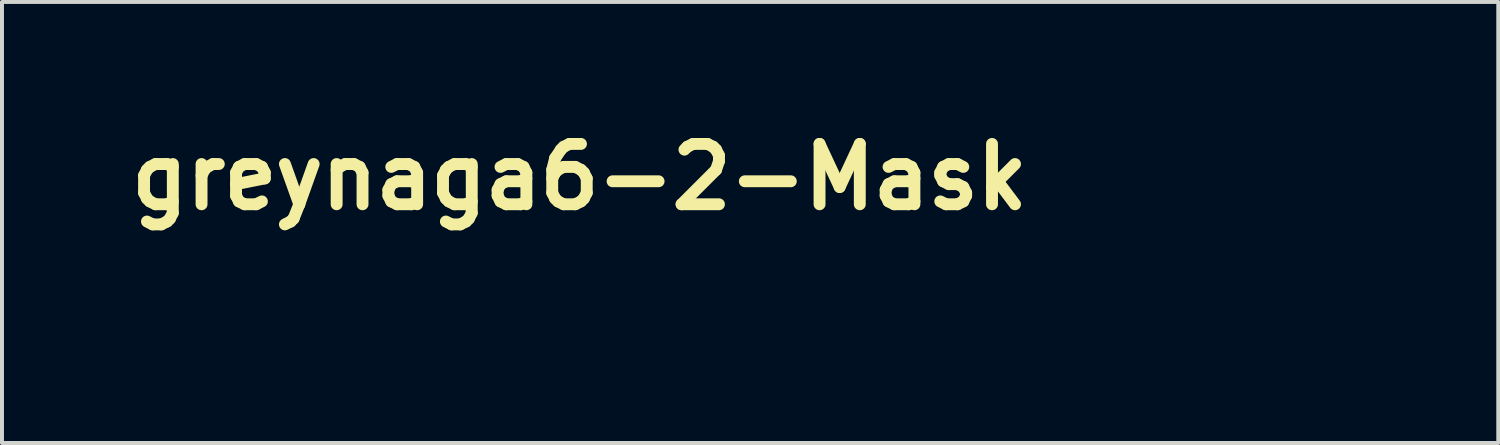
<source format=kicad_pcb>
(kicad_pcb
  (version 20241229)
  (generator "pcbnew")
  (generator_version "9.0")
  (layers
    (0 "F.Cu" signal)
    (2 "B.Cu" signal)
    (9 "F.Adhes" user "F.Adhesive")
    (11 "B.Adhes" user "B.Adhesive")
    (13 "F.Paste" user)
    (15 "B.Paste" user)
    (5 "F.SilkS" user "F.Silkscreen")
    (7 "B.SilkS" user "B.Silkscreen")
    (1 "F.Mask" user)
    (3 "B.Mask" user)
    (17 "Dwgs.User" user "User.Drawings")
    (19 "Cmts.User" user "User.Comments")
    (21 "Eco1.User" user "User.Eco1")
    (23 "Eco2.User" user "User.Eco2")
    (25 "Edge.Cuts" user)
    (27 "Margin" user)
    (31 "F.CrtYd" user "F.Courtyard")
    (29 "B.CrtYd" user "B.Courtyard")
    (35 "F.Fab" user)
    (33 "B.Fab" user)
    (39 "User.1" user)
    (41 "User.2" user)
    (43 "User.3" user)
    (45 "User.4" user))
  (footprint "greynaga6-2-Mask"
    (layer "F.Cu")
    (at 28.082 4.368)
    (property "Reference" "greynaga6-2-Mask" (at -16.5 -2.95 0) (layer "F.SilkS") (effects (font (size 1.524 1.524) (thickness 0.3))))
    (attr through_hole)
    (fp_poly (pts (xy -1.409 -0.258) (xy -1.362 -0.252) (xy -1.317 -0.242) (xy -1.274 -0.227) (xy -1.236 -0.209) (xy -1.232 -0.206) (xy -1.193 -0.181) (xy -1.158 -0.151) (xy -1.127 -0.119) (xy -1.1 -0.084) (xy -1.079 -0.048) (xy -1.071 -0.032) (xy -1.06 -0.0002) (xy -1.051 0.032) (xy -1.045 0.067) (xy -1.042 0.106) (xy -1.041 0.142) (xy -1.041 0.181) (xy -1.361 0.181) (xy -1.413 0.181) (xy -1.459 0.181) (xy -1.5 0.181) (xy -1.535 0.181) (xy -1.565 0.181) (xy -1.591 0.181) (xy -1.613 0.181) (xy -1.63 0.182) (xy -1.645 0.182) (xy -1.656 0.182) (xy -1.664 0.183) (xy -1.67 0.183) (xy -1.675 0.184) (xy -1.677 0.184) (xy -1.678 0.185) (xy -1.678 0.186) (xy -1.678 0.187) (xy -1.671 0.2) (xy -1.661 0.216) (xy -1.649 0.232) (xy -1.636 0.246) (xy -1.611 0.267) (xy -1.581 0.284) (xy -1.546 0.298) (xy -1.507 0.307) (xy -1.464 0.313) (xy -1.418 0.314) (xy -1.369 0.311) (xy -1.356 0.31) (xy -1.335 0.307) (xy -1.315 0.304) (xy -1.294 0.3) (xy -1.271 0.296) (xy -1.245 0.29) (xy -1.215 0.282) (xy -1.203 0.279) (xy -1.174 0.272) (xy -1.149 0.268) (xy -1.129 0.265) (xy -1.113 0.264) (xy -1.099 0.266) (xy -1.088 0.269) (xy -1.078 0.275) (xy -1.069 0.282) (xy -1.055 0.297) (xy -1.047 0.314) (xy -1.043 0.334) (xy -1.043 0.34) (xy -1.043 0.353) (xy -1.045 0.361) (xy -1.049 0.369) (xy -1.053 0.375) (xy -1.063 0.388) (xy -1.077 0.399) (xy -1.095 0.41) (xy -1.117 0.42) (xy -1.144 0.43) (xy -1.176 0.441) (xy -1.184 0.443) (xy -1.223 0.453) (xy -1.267 0.461) (xy -1.314 0.467) (xy -1.341 0.47) (xy -1.356 0.471) (xy -1.376 0.472) (xy -1.398 0.472) (xy -1.422 0.472) (xy -1.445 0.473) (xy -1.467 0.472) (xy -1.486 0.472) (xy -1.501 0.471) (xy -1.508 0.471) (xy -1.516 0.47) (xy -1.528 0.468) (xy -1.543 0.465) (xy -1.55 0.464) (xy -1.599 0.451) (xy -1.645 0.434) (xy -1.687 0.411) (xy -1.725 0.383) (xy -1.756 0.356) (xy -1.786 0.322) (xy -1.811 0.287) (xy -1.83 0.249) (xy -1.843 0.209) (xy -1.852 0.165) (xy -1.854 0.144) (xy -1.855 0.095) (xy -1.851 0.048) (xy -1.849 0.038) (xy -1.676 0.038) (xy -1.222 0.038) (xy -1.224 0.029) (xy -1.229 0.017) (xy -1.237 0.002) (xy -1.249 -0.014) (xy -1.261 -0.029) (xy -1.264 -0.031) (xy -1.283 -0.047) (xy -1.305 -0.062) (xy -1.329 -0.075) (xy -1.348 -0.083) (xy -1.384 -0.093) (xy -1.423 -0.098) (xy -1.462 -0.098) (xy -1.502 -0.094) (xy -1.539 -0.086) (xy -1.555 -0.081) (xy -1.584 -0.067) (xy -1.611 -0.05) (xy -1.634 -0.03) (xy -1.653 -0.008) (xy -1.667 0.015) (xy -1.672 0.026) (xy -1.676 0.038) (xy -1.849 0.038) (xy -1.84 0.003) (xy -1.824 -0.04) (xy -1.803 -0.079) (xy -1.775 -0.116) (xy -1.742 -0.15) (xy -1.734 -0.158) (xy -1.7 -0.184) (xy -1.667 -0.205) (xy -1.632 -0.223) (xy -1.596 -0.237) (xy -1.551 -0.249) (xy -1.505 -0.256) (xy -1.457 -0.259) (xy -1.409 -0.258)) (stroke (width 0.01) (type solid)) (fill yes) (layer "F.Mask"))
    (fp_poly (pts (xy 3.295 -0.258) (xy 3.342 -0.252) (xy 3.385 -0.243) (xy 3.402 -0.238) (xy 3.436 -0.224) (xy 3.467 -0.206) (xy 3.495 -0.185) (xy 3.518 -0.162) (xy 3.536 -0.136) (xy 3.541 -0.126) (xy 3.546 -0.117) (xy 3.549 -0.109) (xy 3.552 -0.101) (xy 3.555 -0.092) (xy 3.557 -0.082) (xy 3.559 -0.071) (xy 3.56 -0.058) (xy 3.561 -0.041) (xy 3.561 -0.022) (xy 3.562 0.002) (xy 3.562 0.029) (xy 3.562 0.062) (xy 3.562 0.101) (xy 3.562 0.115) (xy 3.562 0.288) (xy 3.595 0.29) (xy 3.622 0.293) (xy 3.644 0.298) (xy 3.661 0.306) (xy 3.674 0.317) (xy 3.684 0.331) (xy 3.688 0.34) (xy 3.69 0.35) (xy 3.691 0.363) (xy 3.691 0.37) (xy 3.691 0.384) (xy 3.689 0.393) (xy 3.687 0.401) (xy 3.683 0.409) (xy 3.681 0.411) (xy 3.673 0.423) (xy 3.663 0.431) (xy 3.653 0.437) (xy 3.634 0.446) (xy 3.517 0.447) (xy 3.4 0.448) (xy 3.4 0.416) (xy 3.382 0.424) (xy 3.356 0.435) (xy 3.325 0.446) (xy 3.294 0.455) (xy 3.264 0.463) (xy 3.243 0.466) (xy 3.219 0.469) (xy 3.192 0.471) (xy 3.164 0.472) (xy 3.136 0.472) (xy 3.111 0.472) (xy 3.088 0.47) (xy 3.073 0.468) (xy 3.033 0.458) (xy 2.996 0.444) (xy 2.962 0.426) (xy 2.932 0.405) (xy 2.907 0.38) (xy 2.886 0.353) (xy 2.871 0.324) (xy 2.865 0.307) (xy 2.862 0.289) (xy 2.861 0.267) (xy 2.861 0.255) (xy 3.029 0.255) (xy 3.032 0.267) (xy 3.041 0.28) (xy 3.054 0.291) (xy 3.072 0.301) (xy 3.093 0.308) (xy 3.1 0.31) (xy 3.117 0.312) (xy 3.138 0.313) (xy 3.163 0.313) (xy 3.188 0.311) (xy 3.213 0.308) (xy 3.236 0.304) (xy 3.239 0.304) (xy 3.272 0.295) (xy 3.304 0.284) (xy 3.336 0.27) (xy 3.364 0.256) (xy 3.402 0.237) (xy 3.403 0.198) (xy 3.404 0.159) (xy 3.384 0.156) (xy 3.346 0.15) (xy 3.308 0.146) (xy 3.27 0.144) (xy 3.235 0.143) (xy 3.202 0.145) (xy 3.174 0.148) (xy 3.151 0.152) (xy 3.122 0.162) (xy 3.095 0.174) (xy 3.073 0.188) (xy 3.054 0.204) (xy 3.04 0.221) (xy 3.032 0.238) (xy 3.029 0.255) (xy 2.861 0.255) (xy 2.861 0.243) (xy 2.864 0.22) (xy 2.869 0.2) (xy 2.871 0.193) (xy 2.882 0.168) (xy 2.895 0.146) (xy 2.912 0.124) (xy 2.926 0.109) (xy 2.959 0.08) (xy 2.994 0.055) (xy 3.033 0.034) (xy 3.075 0.018) (xy 3.122 0.006) (xy 3.14 0.003) (xy 3.165 -0.001) (xy 3.195 -0.003) (xy 3.229 -0.004) (xy 3.264 -0.004) (xy 3.299 -0.002) (xy 3.333 0.000095) (xy 3.364 0.004) (xy 3.392 0.008) (xy 3.392 0.008) (xy 3.4 0.01) (xy 3.4 -0.016) (xy 3.4 -0.033) (xy 3.397 -0.046) (xy 3.392 -0.056) (xy 3.384 -0.066) (xy 3.38 -0.069) (xy 3.365 -0.08) (xy 3.345 -0.088) (xy 3.322 -0.094) (xy 3.294 -0.097) (xy 3.26 -0.098) (xy 3.256 -0.098) (xy 3.237 -0.098) (xy 3.218 -0.097) (xy 3.199 -0.095) (xy 3.178 -0.093) (xy 3.155 -0.089) (xy 3.127 -0.084) (xy 3.1 -0.078) (xy 3.07 -0.072) (xy 3.045 -0.068) (xy 3.026 -0.065) (xy 3.009 -0.064) (xy 2.996 -0.065) (xy 2.985 -0.068) (xy 2.975 -0.072) (xy 2.966 -0.079) (xy 2.961 -0.083) (xy 2.948 -0.099) (xy 2.939 -0.117) (xy 2.935 -0.137) (xy 2.935 -0.158) (xy 2.941 -0.177) (xy 2.949 -0.19) (xy 2.955 -0.197) (xy 2.965 -0.204) (xy 2.978 -0.21) (xy 2.995 -0.217) (xy 3.017 -0.224) (xy 3.029 -0.227) (xy 3.083 -0.241) (xy 3.138 -0.251) (xy 3.192 -0.257) (xy 3.245 -0.259) (xy 3.295 -0.258)) (stroke (width 0.01) (type solid)) (fill yes) (layer "F.Mask"))
    (fp_poly (pts (xy 0.542 -0.256) (xy 0.582 -0.249) (xy 0.619 -0.238) (xy 0.653 -0.222) (xy 0.684 -0.2) (xy 0.707 -0.179) (xy 0.72 -0.165) (xy 0.731 -0.152) (xy 0.739 -0.139) (xy 0.747 -0.124) (xy 0.753 -0.112) (xy 0.758 -0.101) (xy 0.762 -0.091) (xy 0.765 -0.08) (xy 0.768 -0.069) (xy 0.77 -0.055) (xy 0.772 -0.04) (xy 0.773 -0.022) (xy 0.774 -0.001) (xy 0.774 0.025) (xy 0.774 0.055) (xy 0.775 0.09) (xy 0.775 0.127) (xy 0.775 0.288) (xy 0.795 0.29) (xy 0.819 0.295) (xy 0.839 0.304) (xy 0.854 0.316) (xy 0.864 0.332) (xy 0.869 0.353) (xy 0.87 0.368) (xy 0.868 0.39) (xy 0.863 0.407) (xy 0.853 0.421) (xy 0.848 0.426) (xy 0.842 0.431) (xy 0.837 0.435) (xy 0.831 0.439) (xy 0.825 0.441) (xy 0.817 0.443) (xy 0.807 0.444) (xy 0.794 0.445) (xy 0.777 0.446) (xy 0.757 0.446) (xy 0.731 0.446) (xy 0.699 0.446) (xy 0.579 0.446) (xy 0.56 0.437) (xy 0.543 0.426) (xy 0.532 0.414) (xy 0.525 0.399) (xy 0.522 0.379) (xy 0.521 0.377) (xy 0.522 0.353) (xy 0.527 0.333) (xy 0.536 0.317) (xy 0.551 0.305) (xy 0.571 0.296) (xy 0.592 0.291) (xy 0.616 0.287) (xy 0.616 0.143) (xy 0.616 0.106) (xy 0.616 0.074) (xy 0.615 0.048) (xy 0.615 0.026) (xy 0.614 0.008) (xy 0.613 -0.006) (xy 0.612 -0.018) (xy 0.61 -0.027) (xy 0.607 -0.035) (xy 0.604 -0.041) (xy 0.601 -0.048) (xy 0.598 -0.052) (xy 0.585 -0.066) (xy 0.568 -0.079) (xy 0.548 -0.088) (xy 0.54 -0.091) (xy 0.53 -0.094) (xy 0.518 -0.095) (xy 0.503 -0.096) (xy 0.483 -0.097) (xy 0.476 -0.097) (xy 0.457 -0.097) (xy 0.443 -0.096) (xy 0.433 -0.095) (xy 0.424 -0.094) (xy 0.415 -0.091) (xy 0.407 -0.088) (xy 0.383 -0.077) (xy 0.357 -0.062) (xy 0.331 -0.041) (xy 0.312 -0.024) (xy 0.283 0.004) (xy 0.283 0.289) (xy 0.295 0.289) (xy 0.31 0.29) (xy 0.327 0.293) (xy 0.343 0.297) (xy 0.355 0.301) (xy 0.355 0.302) (xy 0.373 0.313) (xy 0.385 0.329) (xy 0.391 0.348) (xy 0.394 0.371) (xy 0.392 0.392) (xy 0.385 0.41) (xy 0.375 0.424) (xy 0.358 0.435) (xy 0.351 0.439) (xy 0.347 0.441) (xy 0.343 0.442) (xy 0.338 0.443) (xy 0.332 0.444) (xy 0.324 0.445) (xy 0.314 0.446) (xy 0.3 0.446) (xy 0.283 0.446) (xy 0.261 0.446) (xy 0.234 0.447) (xy 0.206 0.447) (xy 0.172 0.447) (xy 0.143 0.447) (xy 0.119 0.447) (xy 0.101 0.446) (xy 0.086 0.446) (xy 0.076 0.445) (xy 0.069 0.444) (xy 0.065 0.443) (xy 0.044 0.435) (xy 0.028 0.423) (xy 0.018 0.409) (xy 0.012 0.391) (xy 0.01 0.368) (xy 0.01 0.367) (xy 0.012 0.345) (xy 0.02 0.326) (xy 0.033 0.311) (xy 0.048 0.302) (xy 0.06 0.297) (xy 0.076 0.293) (xy 0.092 0.29) (xy 0.108 0.289) (xy 0.109 0.289) (xy 0.121 0.289) (xy 0.121 -0.078) (xy 0.098 -0.082) (xy 0.085 -0.085) (xy 0.072 -0.089) (xy 0.064 -0.092) (xy 0.047 -0.104) (xy 0.035 -0.119) (xy 0.028 -0.138) (xy 0.026 -0.159) (xy 0.029 -0.182) (xy 0.03 -0.186) (xy 0.038 -0.203) (xy 0.052 -0.218) (xy 0.071 -0.229) (xy 0.076 -0.231) (xy 0.081 -0.233) (xy 0.086 -0.234) (xy 0.093 -0.235) (xy 0.103 -0.236) (xy 0.115 -0.236) (xy 0.131 -0.237) (xy 0.152 -0.237) (xy 0.178 -0.237) (xy 0.185 -0.238) (xy 0.283 -0.239) (xy 0.283 -0.168) (xy 0.302 -0.185) (xy 0.323 -0.201) (xy 0.341 -0.214) (xy 0.36 -0.225) (xy 0.379 -0.235) (xy 0.4 -0.244) (xy 0.421 -0.251) (xy 0.443 -0.255) (xy 0.468 -0.258) (xy 0.497 -0.258) (xy 0.542 -0.256)) (stroke (width 0.01) (type solid)) (fill yes) (layer "F.Mask"))
    (fp_poly (pts (xy 1.429 -0.257) (xy 1.477 -0.25) (xy 1.52 -0.238) (xy 1.559 -0.222) (xy 1.59 -0.205) (xy 1.617 -0.183) (xy 1.64 -0.159) (xy 1.658 -0.132) (xy 1.661 -0.125) (xy 1.665 -0.116) (xy 1.669 -0.107) (xy 1.672 -0.099) (xy 1.675 -0.09) (xy 1.677 -0.079) (xy 1.679 -0.067) (xy 1.68 -0.053) (xy 1.681 -0.035) (xy 1.682 -0.015) (xy 1.682 0.01) (xy 1.683 0.039) (xy 1.683 0.073) (xy 1.683 0.114) (xy 1.683 0.119) (xy 1.683 0.289) (xy 1.703 0.289) (xy 1.733 0.291) (xy 1.759 0.297) (xy 1.779 0.306) (xy 1.795 0.319) (xy 1.805 0.336) (xy 1.81 0.353) (xy 1.811 0.377) (xy 1.807 0.398) (xy 1.798 0.416) (xy 1.784 0.43) (xy 1.765 0.441) (xy 1.758 0.443) (xy 1.753 0.444) (xy 1.745 0.445) (xy 1.736 0.446) (xy 1.723 0.447) (xy 1.706 0.447) (xy 1.685 0.447) (xy 1.66 0.448) (xy 1.631 0.448) (xy 1.521 0.448) (xy 1.521 0.432) (xy 1.521 0.423) (xy 1.52 0.417) (xy 1.519 0.416) (xy 1.516 0.417) (xy 1.508 0.421) (xy 1.502 0.424) (xy 1.478 0.434) (xy 1.45 0.445) (xy 1.418 0.454) (xy 1.385 0.462) (xy 1.353 0.468) (xy 1.348 0.468) (xy 1.333 0.47) (xy 1.313 0.471) (xy 1.291 0.472) (xy 1.268 0.473) (xy 1.246 0.473) (xy 1.226 0.472) (xy 1.209 0.471) (xy 1.2 0.47) (xy 1.157 0.46) (xy 1.117 0.445) (xy 1.081 0.426) (xy 1.049 0.402) (xy 1.031 0.385) (xy 1.011 0.361) (xy 0.996 0.338) (xy 0.987 0.313) (xy 0.981 0.287) (xy 0.98 0.257) (xy 0.98 0.253) (xy 1.149 0.253) (xy 1.152 0.268) (xy 1.161 0.282) (xy 1.176 0.293) (xy 1.196 0.303) (xy 1.219 0.31) (xy 1.234 0.312) (xy 1.253 0.313) (xy 1.276 0.313) (xy 1.299 0.312) (xy 1.321 0.31) (xy 1.341 0.307) (xy 1.346 0.306) (xy 1.391 0.295) (xy 1.438 0.277) (xy 1.478 0.259) (xy 1.522 0.237) (xy 1.523 0.198) (xy 1.523 0.183) (xy 1.523 0.171) (xy 1.523 0.162) (xy 1.522 0.159) (xy 1.522 0.159) (xy 1.518 0.158) (xy 1.509 0.157) (xy 1.497 0.155) (xy 1.491 0.154) (xy 1.446 0.148) (xy 1.403 0.144) (xy 1.362 0.143) (xy 1.326 0.144) (xy 1.294 0.148) (xy 1.266 0.154) (xy 1.265 0.154) (xy 1.235 0.165) (xy 1.209 0.177) (xy 1.187 0.192) (xy 1.169 0.208) (xy 1.157 0.225) (xy 1.15 0.243) (xy 1.149 0.253) (xy 0.98 0.253) (xy 0.98 0.24) (xy 0.981 0.227) (xy 0.984 0.215) (xy 0.988 0.201) (xy 0.99 0.196) (xy 1.003 0.165) (xy 1.022 0.136) (xy 1.046 0.108) (xy 1.056 0.099) (xy 1.091 0.07) (xy 1.13 0.046) (xy 1.172 0.027) (xy 1.218 0.011) (xy 1.269 0.001) (xy 1.277 -0.000348) (xy 1.299 -0.003) (xy 1.325 -0.004) (xy 1.355 -0.004) (xy 1.387 -0.003) (xy 1.42 -0.002) (xy 1.451 0.000411) (xy 1.48 0.004) (xy 1.506 0.007) (xy 1.511 0.008) (xy 1.521 0.01) (xy 1.52 -0.018) (xy 1.52 -0.032) (xy 1.518 -0.042) (xy 1.516 -0.049) (xy 1.513 -0.055) (xy 1.509 -0.059) (xy 1.495 -0.073) (xy 1.476 -0.084) (xy 1.453 -0.091) (xy 1.424 -0.096) (xy 1.39 -0.098) (xy 1.378 -0.098) (xy 1.36 -0.098) (xy 1.343 -0.098) (xy 1.326 -0.096) (xy 1.309 -0.094) (xy 1.29 -0.092) (xy 1.268 -0.088) (xy 1.242 -0.082) (xy 1.224 -0.079) (xy 1.19 -0.072) (xy 1.161 -0.068) (xy 1.138 -0.065) (xy 1.12 -0.065) (xy 1.106 -0.067) (xy 1.097 -0.071) (xy 1.079 -0.084) (xy 1.065 -0.101) (xy 1.057 -0.122) (xy 1.055 -0.136) (xy 1.055 -0.158) (xy 1.06 -0.176) (xy 1.07 -0.191) (xy 1.074 -0.195) (xy 1.081 -0.201) (xy 1.087 -0.205) (xy 1.096 -0.209) (xy 1.107 -0.214) (xy 1.123 -0.219) (xy 1.13 -0.221) (xy 1.167 -0.232) (xy 1.201 -0.241) (xy 1.233 -0.247) (xy 1.267 -0.252) (xy 1.303 -0.256) (xy 1.322 -0.257) (xy 1.377 -0.259) (xy 1.429 -0.257)) (stroke (width 0.01) (type solid)) (fill yes) (layer "F.Mask"))
    (fp_poly (pts (xy -2.416 -0.466) (xy -2.391 -0.466) (xy -2.369 -0.466) (xy -2.35 -0.465) (xy -2.334 -0.464) (xy -2.32 -0.463) (xy -2.308 -0.462) (xy -2.297 -0.46) (xy -2.287 -0.458) (xy -2.277 -0.456) (xy -2.266 -0.453) (xy -2.263 -0.452) (xy -2.223 -0.439) (xy -2.186 -0.421) (xy -2.152 -0.399) (xy -2.121 -0.373) (xy -2.095 -0.345) (xy -2.074 -0.314) (xy -2.064 -0.294) (xy -2.052 -0.261) (xy -2.045 -0.225) (xy -2.042 -0.188) (xy -2.045 -0.155) (xy -2.053 -0.12) (xy -2.066 -0.086) (xy -2.085 -0.055) (xy -2.111 -0.025) (xy -2.121 -0.015) (xy -2.132 -0.005) (xy -2.144 0.005) (xy -2.158 0.016) (xy -2.172 0.027) (xy -2.186 0.036) (xy -2.197 0.043) (xy -2.204 0.047) (xy -2.207 0.048) (xy -2.207 0.05) (xy -2.202 0.055) (xy -2.194 0.064) (xy -2.184 0.074) (xy -2.182 0.075) (xy -2.139 0.122) (xy -2.096 0.173) (xy -2.055 0.227) (xy -2.034 0.26) (xy -2.015 0.289) (xy -1.995 0.289) (xy -1.975 0.29) (xy -1.954 0.294) (xy -1.936 0.299) (xy -1.922 0.306) (xy -1.919 0.307) (xy -1.905 0.32) (xy -1.896 0.336) (xy -1.891 0.356) (xy -1.891 0.368) (xy -1.893 0.391) (xy -1.9 0.41) (xy -1.911 0.425) (xy -1.928 0.436) (xy -1.945 0.443) (xy -1.952 0.445) (xy -1.962 0.446) (xy -1.975 0.447) (xy -1.992 0.447) (xy -2.015 0.448) (xy -2.04 0.448) (xy -2.121 0.448) (xy -2.138 0.416) (xy -2.157 0.384) (xy -2.178 0.352) (xy -2.2 0.319) (xy -2.224 0.286) (xy -2.248 0.254) (xy -2.273 0.224) (xy -2.297 0.196) (xy -2.321 0.17) (xy -2.343 0.148) (xy -2.363 0.13) (xy -2.381 0.116) (xy -2.389 0.111) (xy -2.405 0.102) (xy -2.48 0.102) (xy -2.556 0.102) (xy -2.556 0.289) (xy -2.52 0.289) (xy -2.489 0.29) (xy -2.463 0.294) (xy -2.442 0.3) (xy -2.426 0.309) (xy -2.413 0.32) (xy -2.407 0.33) (xy -2.402 0.34) (xy -2.4 0.349) (xy -2.399 0.361) (xy -2.399 0.368) (xy -2.401 0.391) (xy -2.407 0.41) (xy -2.418 0.424) (xy -2.426 0.43) (xy -2.431 0.434) (xy -2.437 0.437) (xy -2.443 0.44) (xy -2.449 0.442) (xy -2.458 0.444) (xy -2.468 0.445) (xy -2.481 0.446) (xy -2.497 0.447) (xy -2.518 0.447) (xy -2.542 0.447) (xy -2.572 0.448) (xy -2.607 0.448) (xy -2.622 0.448) (xy -2.658 0.448) (xy -2.688 0.447) (xy -2.712 0.447) (xy -2.733 0.447) (xy -2.749 0.447) (xy -2.761 0.446) (xy -2.771 0.446) (xy -2.779 0.445) (xy -2.785 0.444) (xy -2.789 0.443) (xy -2.793 0.442) (xy -2.813 0.432) (xy -2.828 0.418) (xy -2.838 0.401) (xy -2.842 0.38) (xy -2.842 0.356) (xy -2.841 0.352) (xy -2.835 0.332) (xy -2.824 0.316) (xy -2.808 0.304) (xy -2.786 0.295) (xy -2.761 0.29) (xy -2.736 0.289) (xy -2.718 0.289) (xy -2.718 -0.057) (xy -2.556 -0.057) (xy -2.506 -0.057) (xy -2.484 -0.057) (xy -2.46 -0.058) (xy -2.436 -0.059) (xy -2.416 -0.06) (xy -2.413 -0.06) (xy -2.379 -0.064) (xy -2.35 -0.069) (xy -2.323 -0.076) (xy -2.298 -0.086) (xy -2.293 -0.089) (xy -2.271 -0.101) (xy -2.251 -0.116) (xy -2.235 -0.133) (xy -2.223 -0.15) (xy -2.22 -0.154) (xy -2.215 -0.171) (xy -2.213 -0.191) (xy -2.214 -0.21) (xy -2.219 -0.227) (xy -2.219 -0.227) (xy -2.231 -0.247) (xy -2.249 -0.265) (xy -2.272 -0.281) (xy -2.298 -0.294) (xy -2.31 -0.298) (xy -2.317 -0.3) (xy -2.323 -0.302) (xy -2.329 -0.303) (xy -2.336 -0.304) (xy -2.345 -0.305) (xy -2.356 -0.306) (xy -2.371 -0.306) (xy -2.389 -0.307) (xy -2.412 -0.307) (xy -2.441 -0.307) (xy -2.446 -0.307) (xy -2.556 -0.308) (xy -2.556 -0.057) (xy -2.718 -0.057) (xy -2.718 -0.307) (xy -2.749 -0.309) (xy -2.777 -0.312) (xy -2.8 -0.318) (xy -2.817 -0.328) (xy -2.83 -0.341) (xy -2.838 -0.358) (xy -2.842 -0.378) (xy -2.842 -0.389) (xy -2.841 -0.411) (xy -2.835 -0.428) (xy -2.826 -0.442) (xy -2.813 -0.452) (xy -2.802 -0.458) (xy -2.786 -0.465) (xy -2.567 -0.466) (xy -2.521 -0.466) (xy -2.481 -0.466) (xy -2.446 -0.466) (xy -2.416 -0.466)) (stroke (width 0.01) (type solid)) (fill yes) (layer "F.Mask"))
    (fp_poly (pts (xy -2.975 -0.487) (xy -2.959 -0.482) (xy -2.949 -0.475) (xy -2.942 -0.467) (xy -2.935 -0.456) (xy -2.926 -0.437) (xy -2.925 -0.333) (xy -2.925 -0.303) (xy -2.924 -0.279) (xy -2.925 -0.259) (xy -2.925 -0.244) (xy -2.925 -0.233) (xy -2.926 -0.224) (xy -2.927 -0.217) (xy -2.929 -0.212) (xy -2.937 -0.191) (xy -2.947 -0.176) (xy -2.962 -0.166) (xy -2.98 -0.16) (xy -3.001 -0.159) (xy -3.015 -0.159) (xy -3.028 -0.161) (xy -3.036 -0.163) (xy -3.036 -0.163) (xy -3.048 -0.17) (xy -3.057 -0.181) (xy -3.066 -0.196) (xy -3.074 -0.216) (xy -3.082 -0.242) (xy -3.083 -0.243) (xy -3.09 -0.26) (xy -3.104 -0.276) (xy -3.122 -0.29) (xy -3.145 -0.303) (xy -3.171 -0.313) (xy -3.201 -0.321) (xy -3.232 -0.327) (xy -3.266 -0.33) (xy -3.301 -0.33) (xy -3.336 -0.327) (xy -3.344 -0.326) (xy -3.386 -0.316) (xy -3.424 -0.302) (xy -3.459 -0.283) (xy -3.49 -0.259) (xy -3.517 -0.231) (xy -3.539 -0.2) (xy -3.556 -0.164) (xy -3.568 -0.126) (xy -3.57 -0.115) (xy -3.572 -0.101) (xy -3.573 -0.083) (xy -3.574 -0.061) (xy -3.575 -0.036) (xy -3.575 -0.009) (xy -3.575 0.018) (xy -3.575 0.044) (xy -3.574 0.069) (xy -3.573 0.09) (xy -3.572 0.108) (xy -3.57 0.12) (xy -3.56 0.158) (xy -3.545 0.191) (xy -3.525 0.22) (xy -3.501 0.246) (xy -3.472 0.267) (xy -3.438 0.284) (xy -3.399 0.297) (xy -3.355 0.306) (xy -3.34 0.308) (xy -3.296 0.311) (xy -3.251 0.31) (xy -3.205 0.306) (xy -3.161 0.298) (xy -3.12 0.286) (xy -3.108 0.282) (xy -3.083 0.273) (xy -3.083 0.169) (xy -3.177 0.167) (xy -3.208 0.167) (xy -3.232 0.166) (xy -3.252 0.165) (xy -3.268 0.164) (xy -3.28 0.162) (xy -3.291 0.16) (xy -3.299 0.157) (xy -3.307 0.154) (xy -3.314 0.149) (xy -3.315 0.148) (xy -3.328 0.136) (xy -3.337 0.119) (xy -3.342 0.1) (xy -3.342 0.078) (xy -3.34 0.063) (xy -3.334 0.045) (xy -3.324 0.032) (xy -3.309 0.021) (xy -3.297 0.016) (xy -3.278 0.008) (xy -3.104 0.008) (xy -3.065 0.008) (xy -3.033 0.008) (xy -3.006 0.008) (xy -2.984 0.008) (xy -2.965 0.009) (xy -2.951 0.009) (xy -2.939 0.009) (xy -2.93 0.01) (xy -2.923 0.011) (xy -2.918 0.012) (xy -2.913 0.013) (xy -2.911 0.014) (xy -2.89 0.023) (xy -2.874 0.036) (xy -2.864 0.053) (xy -2.858 0.073) (xy -2.858 0.084) (xy -2.86 0.107) (xy -2.867 0.127) (xy -2.879 0.143) (xy -2.896 0.155) (xy -2.905 0.16) (xy -2.924 0.169) (xy -2.924 0.375) (xy -2.969 0.397) (xy -3.009 0.415) (xy -3.046 0.43) (xy -3.08 0.442) (xy -3.114 0.452) (xy -3.149 0.461) (xy -3.156 0.462) (xy -3.169 0.464) (xy -3.187 0.466) (xy -3.208 0.467) (xy -3.233 0.468) (xy -3.259 0.469) (xy -3.284 0.469) (xy -3.309 0.469) (xy -3.331 0.468) (xy -3.35 0.467) (xy -3.361 0.466) (xy -3.401 0.46) (xy -3.442 0.451) (xy -3.481 0.439) (xy -3.517 0.425) (xy -3.543 0.412) (xy -3.582 0.388) (xy -3.617 0.359) (xy -3.648 0.326) (xy -3.674 0.288) (xy -3.697 0.247) (xy -3.714 0.203) (xy -3.727 0.156) (xy -3.733 0.115) (xy -3.735 0.099) (xy -3.736 0.077) (xy -3.736 0.053) (xy -3.737 0.025) (xy -3.737 -0.003) (xy -3.737 -0.03) (xy -3.736 -0.056) (xy -3.735 -0.079) (xy -3.734 -0.097) (xy -3.734 -0.101) (xy -3.726 -0.147) (xy -3.714 -0.193) (xy -3.698 -0.235) (xy -3.694 -0.243) (xy -3.679 -0.273) (xy -3.663 -0.299) (xy -3.645 -0.323) (xy -3.624 -0.347) (xy -3.608 -0.364) (xy -3.573 -0.396) (xy -3.537 -0.423) (xy -3.498 -0.445) (xy -3.457 -0.462) (xy -3.411 -0.476) (xy -3.393 -0.48) (xy -3.381 -0.482) (xy -3.37 -0.484) (xy -3.359 -0.486) (xy -3.345 -0.486) (xy -3.329 -0.487) (xy -3.308 -0.487) (xy -3.289 -0.487) (xy -3.262 -0.487) (xy -3.24 -0.487) (xy -3.223 -0.486) (xy -3.208 -0.484) (xy -3.194 -0.483) (xy -3.188 -0.482) (xy -3.162 -0.476) (xy -3.134 -0.468) (xy -3.107 -0.459) (xy -3.083 -0.45) (xy -3.081 -0.449) (xy -3.069 -0.444) (xy -3.063 -0.443) (xy -3.061 -0.444) (xy -3.057 -0.452) (xy -3.049 -0.462) (xy -3.04 -0.472) (xy -3.03 -0.48) (xy -3.027 -0.482) (xy -3.012 -0.487) (xy -2.994 -0.489) (xy -2.975 -0.487)) (stroke (width 0.01) (type solid)) (fill yes) (layer "F.Mask"))
    (fp_poly (pts (xy 2.299 -0.258) (xy 2.316 -0.258) (xy 2.329 -0.257) (xy 2.34 -0.256) (xy 2.35 -0.255) (xy 2.36 -0.252) (xy 2.369 -0.25) (xy 2.404 -0.239) (xy 2.437 -0.224) (xy 2.468 -0.206) (xy 2.473 -0.202) (xy 2.494 -0.187) (xy 2.496 -0.238) (xy 2.602 -0.238) (xy 2.631 -0.238) (xy 2.658 -0.238) (xy 2.681 -0.237) (xy 2.7 -0.237) (xy 2.714 -0.236) (xy 2.723 -0.235) (xy 2.724 -0.235) (xy 2.745 -0.227) (xy 2.762 -0.215) (xy 2.775 -0.2) (xy 2.782 -0.181) (xy 2.784 -0.162) (xy 2.783 -0.141) (xy 2.778 -0.124) (xy 2.769 -0.11) (xy 2.767 -0.108) (xy 2.754 -0.097) (xy 2.738 -0.089) (xy 2.719 -0.083) (xy 2.695 -0.08) (xy 2.69 -0.08) (xy 2.657 -0.078) (xy 2.657 0.198) (xy 2.657 0.251) (xy 2.657 0.299) (xy 2.657 0.341) (xy 2.657 0.378) (xy 2.657 0.41) (xy 2.656 0.438) (xy 2.656 0.462) (xy 2.655 0.482) (xy 2.654 0.499) (xy 2.653 0.514) (xy 2.652 0.527) (xy 2.651 0.537) (xy 2.649 0.546) (xy 2.647 0.555) (xy 2.645 0.562) (xy 2.644 0.564) (xy 2.63 0.602) (xy 2.609 0.637) (xy 2.584 0.668) (xy 2.554 0.696) (xy 2.52 0.72) (xy 2.482 0.739) (xy 2.443 0.753) (xy 2.437 0.754) (xy 2.43 0.756) (xy 2.424 0.757) (xy 2.416 0.758) (xy 2.406 0.759) (xy 2.394 0.759) (xy 2.379 0.76) (xy 2.36 0.76) (xy 2.336 0.76) (xy 2.307 0.761) (xy 2.283 0.761) (xy 2.253 0.761) (xy 2.226 0.761) (xy 2.2 0.761) (xy 2.178 0.76) (xy 2.16 0.76) (xy 2.146 0.76) (xy 2.138 0.759) (xy 2.136 0.759) (xy 2.114 0.751) (xy 2.096 0.739) (xy 2.084 0.723) (xy 2.077 0.704) (xy 2.076 0.703) (xy 2.074 0.68) (xy 2.076 0.659) (xy 2.083 0.64) (xy 2.094 0.626) (xy 2.095 0.624) (xy 2.102 0.619) (xy 2.108 0.615) (xy 2.116 0.612) (xy 2.126 0.609) (xy 2.138 0.607) (xy 2.154 0.605) (xy 2.173 0.604) (xy 2.196 0.604) (xy 2.225 0.603) (xy 2.259 0.603) (xy 2.26 0.603) (xy 2.294 0.603) (xy 2.322 0.603) (xy 2.345 0.602) (xy 2.365 0.601) (xy 2.38 0.6) (xy 2.393 0.598) (xy 2.404 0.596) (xy 2.414 0.593) (xy 2.423 0.59) (xy 2.428 0.588) (xy 2.45 0.574) (xy 2.468 0.558) (xy 2.482 0.537) (xy 2.484 0.534) (xy 2.494 0.513) (xy 2.496 0.396) (xy 2.476 0.41) (xy 2.452 0.424) (xy 2.425 0.438) (xy 2.396 0.45) (xy 2.368 0.459) (xy 2.337 0.465) (xy 2.302 0.469) (xy 2.264 0.47) (xy 2.227 0.468) (xy 2.19 0.462) (xy 2.161 0.455) (xy 2.118 0.44) (xy 2.078 0.419) (xy 2.041 0.393) (xy 2.007 0.363) (xy 1.978 0.33) (xy 1.953 0.293) (xy 1.933 0.253) (xy 1.918 0.211) (xy 1.918 0.208) (xy 1.908 0.159) (xy 1.905 0.11) (xy 1.905 0.105) (xy 2.066 0.105) (xy 2.069 0.141) (xy 2.078 0.174) (xy 2.092 0.205) (xy 2.112 0.233) (xy 2.117 0.238) (xy 2.144 0.264) (xy 2.175 0.284) (xy 2.208 0.299) (xy 2.243 0.308) (xy 2.279 0.311) (xy 2.317 0.308) (xy 2.327 0.306) (xy 2.361 0.296) (xy 2.392 0.281) (xy 2.421 0.261) (xy 2.446 0.237) (xy 2.466 0.21) (xy 2.482 0.179) (xy 2.491 0.151) (xy 2.495 0.125) (xy 2.495 0.097) (xy 2.492 0.07) (xy 2.486 0.044) (xy 2.485 0.042) (xy 2.471 0.01) (xy 2.451 -0.019) (xy 2.427 -0.044) (xy 2.4 -0.065) (xy 2.369 -0.082) (xy 2.337 -0.094) (xy 2.303 -0.1) (xy 2.268 -0.101) (xy 2.263 -0.1) (xy 2.243 -0.098) (xy 2.226 -0.094) (xy 2.209 -0.089) (xy 2.191 -0.081) (xy 2.182 -0.077) (xy 2.167 -0.07) (xy 2.154 -0.062) (xy 2.143 -0.053) (xy 2.13 -0.04) (xy 2.126 -0.037) (xy 2.103 -0.011) (xy 2.086 0.016) (xy 2.074 0.045) (xy 2.068 0.076) (xy 2.066 0.105) (xy 1.905 0.105) (xy 1.907 0.062) (xy 1.915 0.014) (xy 1.93 -0.031) (xy 1.942 -0.059) (xy 1.955 -0.084) (xy 1.968 -0.106) (xy 1.984 -0.126) (xy 2.003 -0.147) (xy 2.02 -0.164) (xy 2.055 -0.193) (xy 2.093 -0.217) (xy 2.133 -0.236) (xy 2.178 -0.25) (xy 2.186 -0.252) (xy 2.197 -0.254) (xy 2.209 -0.256) (xy 2.221 -0.257) (xy 2.236 -0.258) (xy 2.254 -0.258) (xy 2.276 -0.258) (xy 2.299 -0.258)) (stroke (width 0.01) (type solid)) (fill yes) (layer "F.Mask"))
    (fp_poly (pts (xy -0.693 -0.238) (xy -0.678 -0.238) (xy -0.667 -0.237) (xy -0.658 -0.237) (xy -0.65 -0.236) (xy -0.644 -0.234) (xy -0.638 -0.233) (xy -0.635 -0.232) (xy -0.615 -0.224) (xy -0.601 -0.214) (xy -0.591 -0.2) (xy -0.586 -0.182) (xy -0.585 -0.16) (xy -0.585 -0.152) (xy -0.586 -0.137) (xy -0.589 -0.127) (xy -0.592 -0.118) (xy -0.595 -0.115) (xy -0.608 -0.1) (xy -0.626 -0.09) (xy -0.649 -0.083) (xy -0.651 -0.082) (xy -0.661 -0.08) (xy -0.669 -0.079) (xy -0.672 -0.078) (xy -0.671 -0.075) (xy -0.667 -0.067) (xy -0.661 -0.054) (xy -0.653 -0.038) (xy -0.643 -0.019) (xy -0.632 0.003) (xy -0.62 0.028) (xy -0.607 0.053) (xy -0.593 0.08) (xy -0.58 0.106) (xy -0.566 0.133) (xy -0.553 0.158) (xy -0.54 0.182) (xy -0.529 0.204) (xy -0.519 0.223) (xy -0.511 0.239) (xy -0.504 0.251) (xy -0.5 0.258) (xy -0.499 0.26) (xy -0.497 0.258) (xy -0.492 0.25) (xy -0.485 0.237) (xy -0.476 0.221) (xy -0.465 0.2) (xy -0.452 0.177) (xy -0.438 0.151) (xy -0.422 0.122) (xy -0.406 0.092) (xy -0.405 0.091) (xy -0.314 -0.078) (xy -0.332 -0.08) (xy -0.359 -0.086) (xy -0.38 -0.095) (xy -0.395 -0.108) (xy -0.406 -0.125) (xy -0.412 -0.145) (xy -0.412 -0.168) (xy -0.412 -0.169) (xy -0.409 -0.186) (xy -0.403 -0.2) (xy -0.393 -0.212) (xy -0.39 -0.215) (xy -0.385 -0.22) (xy -0.379 -0.225) (xy -0.373 -0.228) (xy -0.365 -0.231) (xy -0.356 -0.233) (xy -0.344 -0.234) (xy -0.328 -0.236) (xy -0.309 -0.236) (xy -0.285 -0.237) (xy -0.255 -0.237) (xy -0.24 -0.237) (xy -0.21 -0.238) (xy -0.186 -0.238) (xy -0.167 -0.238) (xy -0.152 -0.238) (xy -0.14 -0.237) (xy -0.131 -0.237) (xy -0.124 -0.236) (xy -0.117 -0.235) (xy -0.111 -0.233) (xy -0.108 -0.232) (xy -0.088 -0.224) (xy -0.073 -0.212) (xy -0.063 -0.198) (xy -0.06 -0.19) (xy -0.058 -0.174) (xy -0.058 -0.156) (xy -0.06 -0.138) (xy -0.064 -0.123) (xy -0.065 -0.119) (xy -0.075 -0.106) (xy -0.09 -0.095) (xy -0.107 -0.086) (xy -0.12 -0.082) (xy -0.138 -0.079) (xy -0.317 0.26) (xy -0.34 0.303) (xy -0.361 0.345) (xy -0.382 0.385) (xy -0.402 0.422) (xy -0.42 0.457) (xy -0.437 0.489) (xy -0.452 0.518) (xy -0.465 0.543) (xy -0.476 0.563) (xy -0.485 0.58) (xy -0.491 0.592) (xy -0.494 0.599) (xy -0.495 0.601) (xy -0.492 0.602) (xy -0.485 0.603) (xy -0.474 0.604) (xy -0.471 0.604) (xy -0.445 0.608) (xy -0.425 0.614) (xy -0.41 0.622) (xy -0.399 0.634) (xy -0.396 0.639) (xy -0.392 0.647) (xy -0.39 0.656) (xy -0.389 0.668) (xy -0.389 0.681) (xy -0.389 0.695) (xy -0.39 0.706) (xy -0.392 0.713) (xy -0.396 0.721) (xy -0.398 0.724) (xy -0.407 0.737) (xy -0.419 0.747) (xy -0.435 0.754) (xy -0.444 0.757) (xy -0.448 0.758) (xy -0.454 0.759) (xy -0.46 0.76) (xy -0.469 0.76) (xy -0.48 0.761) (xy -0.495 0.761) (xy -0.513 0.761) (xy -0.534 0.762) (xy -0.561 0.762) (xy -0.592 0.762) (xy -0.628 0.762) (xy -0.667 0.762) (xy -0.709 0.762) (xy -0.746 0.762) (xy -0.777 0.762) (xy -0.803 0.761) (xy -0.825 0.761) (xy -0.843 0.761) (xy -0.856 0.76) (xy -0.867 0.76) (xy -0.875 0.759) (xy -0.88 0.758) (xy -0.884 0.757) (xy -0.884 0.757) (xy -0.899 0.75) (xy -0.911 0.74) (xy -0.922 0.726) (xy -0.922 0.725) (xy -0.927 0.716) (xy -0.93 0.708) (xy -0.932 0.697) (xy -0.933 0.684) (xy -0.933 0.671) (xy -0.932 0.661) (xy -0.93 0.653) (xy -0.926 0.645) (xy -0.919 0.634) (xy -0.91 0.624) (xy -0.906 0.622) (xy -0.898 0.617) (xy -0.89 0.613) (xy -0.881 0.61) (xy -0.87 0.607) (xy -0.856 0.605) (xy -0.838 0.604) (xy -0.817 0.604) (xy -0.79 0.603) (xy -0.765 0.603) (xy -0.674 0.603) (xy -0.632 0.523) (xy -0.621 0.503) (xy -0.611 0.484) (xy -0.602 0.468) (xy -0.596 0.455) (xy -0.591 0.446) (xy -0.59 0.442) (xy -0.59 0.442) (xy -0.591 0.438) (xy -0.595 0.43) (xy -0.602 0.417) (xy -0.611 0.4) (xy -0.622 0.378) (xy -0.635 0.353) (xy -0.65 0.324) (xy -0.666 0.293) (xy -0.683 0.259) (xy -0.702 0.223) (xy -0.721 0.185) (xy -0.724 0.181) (xy -0.857 -0.078) (xy -0.871 -0.081) (xy -0.893 -0.089) (xy -0.91 -0.1) (xy -0.923 -0.113) (xy -0.93 -0.13) (xy -0.933 -0.151) (xy -0.933 -0.159) (xy -0.932 -0.181) (xy -0.926 -0.198) (xy -0.917 -0.212) (xy -0.902 -0.223) (xy -0.891 -0.229) (xy -0.886 -0.231) (xy -0.882 -0.233) (xy -0.877 -0.234) (xy -0.87 -0.235) (xy -0.861 -0.236) (xy -0.85 -0.236) (xy -0.835 -0.237) (xy -0.815 -0.237) (xy -0.791 -0.237) (xy -0.766 -0.238) (xy -0.736 -0.238) (xy -0.712 -0.238) (xy -0.693 -0.238)) (stroke (width 0.01) (type solid)) (fill yes) (layer "F.Mask")))
  (gr_rect
    (start -3 -3)
    (end 34.778 8.135)
    (stroke (width 0.1) (type default))
    (fill no)
    (layer "Edge.Cuts")))
</source>
